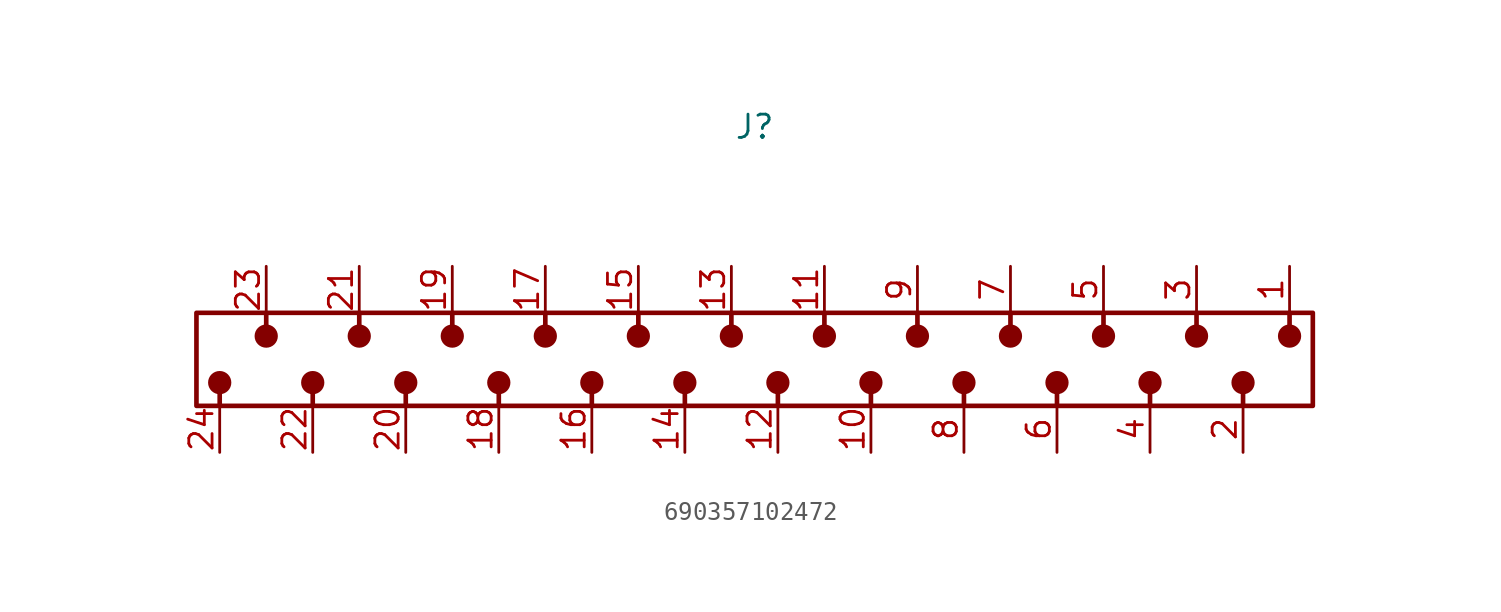
<source format=kicad_sym>
(kicad_symbol_lib
  (version 20241209)
  (generator "kicad_symbol_editor")
  (generator_version "9.0")
  (symbol "690357102472"
    (pin_names
      (hide yes))
    (property "Reference" "J"
      (at 0 12.7 0)
      (effects (font (size 1.27 1.27))))
    (symbol "690357102472_1_1"
      (rectangle (start -30.48 2.54) (end 30.48 -2.54) (stroke (width 0.254) (type solid)) (fill (type none)))
      (circle (center -29.21 -1.27) (radius 0.508) (stroke (width 0.254) (type solid)) (fill (type outline)))
      (polyline (pts (xy -29.21 -1.778) (xy -29.21 -2.54)) (stroke (width 0.254) (type solid)) (fill (type none)))
      (polyline (pts (xy -26.67 1.778) (xy -26.67 2.54)) (stroke (width 0.254) (type solid)) (fill (type none)))
      (circle (center -26.67 1.27) (radius 0.508) (stroke (width 0.254) (type solid)) (fill (type outline)))
      (circle (center -24.13 -1.27) (radius 0.508) (stroke (width 0.254) (type solid)) (fill (type outline)))
      (polyline (pts (xy -24.13 -1.778) (xy -24.13 -2.54)) (stroke (width 0.254) (type solid)) (fill (type none)))
      (polyline (pts (xy -21.59 1.778) (xy -21.59 2.54)) (stroke (width 0.254) (type solid)) (fill (type none)))
      (circle (center -21.59 1.27) (radius 0.508) (stroke (width 0.254) (type solid)) (fill (type outline)))
      (circle (center -19.05 -1.27) (radius 0.508) (stroke (width 0.254) (type solid)) (fill (type outline)))
      (polyline (pts (xy -19.05 -1.778) (xy -19.05 -2.54)) (stroke (width 0.254) (type solid)) (fill (type none)))
      (polyline (pts (xy -16.51 1.778) (xy -16.51 2.54)) (stroke (width 0.254) (type solid)) (fill (type none)))
      (circle (center -16.51 1.27) (radius 0.508) (stroke (width 0.254) (type solid)) (fill (type outline)))
      (circle (center -13.97 -1.27) (radius 0.508) (stroke (width 0.254) (type solid)) (fill (type outline)))
      (polyline (pts (xy -13.97 -1.778) (xy -13.97 -2.54)) (stroke (width 0.254) (type solid)) (fill (type none)))
      (polyline (pts (xy -11.43 1.778) (xy -11.43 2.54)) (stroke (width 0.254) (type solid)) (fill (type none)))
      (circle (center -11.43 1.27) (radius 0.508) (stroke (width 0.254) (type solid)) (fill (type outline)))
      (circle (center -8.89 -1.27) (radius 0.508) (stroke (width 0.254) (type solid)) (fill (type outline)))
      (polyline (pts (xy -8.89 -1.778) (xy -8.89 -2.54)) (stroke (width 0.254) (type solid)) (fill (type none)))
      (polyline (pts (xy -6.35 1.778) (xy -6.35 2.54)) (stroke (width 0.254) (type solid)) (fill (type none)))
      (circle (center -6.35 1.27) (radius 0.508) (stroke (width 0.254) (type solid)) (fill (type outline)))
      (circle (center -3.81 -1.27) (radius 0.508) (stroke (width 0.254) (type solid)) (fill (type outline)))
      (polyline (pts (xy -3.81 -1.778) (xy -3.81 -2.54)) (stroke (width 0.254) (type solid)) (fill (type none)))
      (polyline (pts (xy -1.27 1.778) (xy -1.27 2.54)) (stroke (width 0.254) (type solid)) (fill (type none)))
      (circle (center -1.27 1.27) (radius 0.508) (stroke (width 0.254) (type solid)) (fill (type outline)))
      (circle (center 1.27 -1.27) (radius 0.508) (stroke (width 0.254) (type solid)) (fill (type outline)))
      (polyline (pts (xy 1.27 -1.778) (xy 1.27 -2.54)) (stroke (width 0.254) (type solid)) (fill (type none)))
      (polyline (pts (xy 3.81 1.778) (xy 3.81 2.54)) (stroke (width 0.254) (type solid)) (fill (type none)))
      (circle (center 3.81 1.27) (radius 0.508) (stroke (width 0.254) (type solid)) (fill (type outline)))
      (circle (center 6.35 -1.27) (radius 0.508) (stroke (width 0.254) (type solid)) (fill (type outline)))
      (polyline (pts (xy 6.35 -1.778) (xy 6.35 -2.54)) (stroke (width 0.254) (type solid)) (fill (type none)))
      (polyline (pts (xy 8.89 1.778) (xy 8.89 2.54)) (stroke (width 0.254) (type solid)) (fill (type none)))
      (circle (center 8.89 1.27) (radius 0.508) (stroke (width 0.254) (type solid)) (fill (type outline)))
      (circle (center 11.43 -1.27) (radius 0.508) (stroke (width 0.254) (type solid)) (fill (type outline)))
      (polyline (pts (xy 11.43 -1.778) (xy 11.43 -2.54)) (stroke (width 0.254) (type solid)) (fill (type none)))
      (polyline (pts (xy 13.97 1.778) (xy 13.97 2.54)) (stroke (width 0.254) (type solid)) (fill (type none)))
      (circle (center 13.97 1.27) (radius 0.508) (stroke (width 0.254) (type solid)) (fill (type outline)))
      (circle (center 16.51 -1.27) (radius 0.508) (stroke (width 0.254) (type solid)) (fill (type outline)))
      (polyline (pts (xy 16.51 -1.778) (xy 16.51 -2.54)) (stroke (width 0.254) (type solid)) (fill (type none)))
      (polyline (pts (xy 19.05 1.778) (xy 19.05 2.54)) (stroke (width 0.254) (type solid)) (fill (type none)))
      (circle (center 19.05 1.27) (radius 0.508) (stroke (width 0.254) (type solid)) (fill (type outline)))
      (circle (center 21.59 -1.27) (radius 0.508) (stroke (width 0.254) (type solid)) (fill (type outline)))
      (polyline (pts (xy 21.59 -1.778) (xy 21.59 -2.54)) (stroke (width 0.254) (type solid)) (fill (type none)))
      (polyline (pts (xy 24.13 1.778) (xy 24.13 2.54)) (stroke (width 0.254) (type solid)) (fill (type none)))
      (circle (center 24.13 1.27) (radius 0.508) (stroke (width 0.254) (type solid)) (fill (type outline)))
      (circle (center 26.67 -1.27) (radius 0.508) (stroke (width 0.254) (type solid)) (fill (type outline)))
      (polyline (pts (xy 26.67 -1.778) (xy 26.67 -2.54)) (stroke (width 0.254) (type solid)) (fill (type none)))
      (polyline (pts (xy 29.21 1.778) (xy 29.21 2.54)) (stroke (width 0.254) (type solid)) (fill (type none)))
      (circle (center 29.21 1.27) (radius 0.508) (stroke (width 0.254) (type solid)) (fill (type outline)))
      (pin passive line (at -29.21 -5.08 90) (length 2.54) (name "24" (effects (font (size 1.27 1.27)))) (number "24" (effects (font (size 1.27 1.27)))))
      (pin passive line (at -26.67 5.08 270) (length 2.54) (name "23" (effects (font (size 1.27 1.27)))) (number "23" (effects (font (size 1.27 1.27)))))
      (pin passive line (at -24.13 -5.08 90) (length 2.54) (name "22" (effects (font (size 1.27 1.27)))) (number "22" (effects (font (size 1.27 1.27)))))
      (pin passive line (at -21.59 5.08 270) (length 2.54) (name "21" (effects (font (size 1.27 1.27)))) (number "21" (effects (font (size 1.27 1.27)))))
      (pin passive line (at -19.05 -5.08 90) (length 2.54) (name "20" (effects (font (size 1.27 1.27)))) (number "20" (effects (font (size 1.27 1.27)))))
      (pin passive line (at -16.51 5.08 270) (length 2.54) (name "19" (effects (font (size 1.27 1.27)))) (number "19" (effects (font (size 1.27 1.27)))))
      (pin passive line (at -13.97 -5.08 90) (length 2.54) (name "18" (effects (font (size 1.27 1.27)))) (number "18" (effects (font (size 1.27 1.27)))))
      (pin passive line (at -11.43 5.08 270) (length 2.54) (name "17" (effects (font (size 1.27 1.27)))) (number "17" (effects (font (size 1.27 1.27)))))
      (pin passive line (at -8.89 -5.08 90) (length 2.54) (name "16" (effects (font (size 1.27 1.27)))) (number "16" (effects (font (size 1.27 1.27)))))
      (pin passive line (at -6.35 5.08 270) (length 2.54) (name "15" (effects (font (size 1.27 1.27)))) (number "15" (effects (font (size 1.27 1.27)))))
      (pin passive line (at -3.81 -5.08 90) (length 2.54) (name "14" (effects (font (size 1.27 1.27)))) (number "14" (effects (font (size 1.27 1.27)))))
      (pin passive line (at -1.27 5.08 270) (length 2.54) (name "13" (effects (font (size 1.27 1.27)))) (number "13" (effects (font (size 1.27 1.27)))))
      (pin passive line (at 1.27 -5.08 90) (length 2.54) (name "12" (effects (font (size 1.27 1.27)))) (number "12" (effects (font (size 1.27 1.27)))))
      (pin passive line (at 3.81 5.08 270) (length 2.54) (name "11" (effects (font (size 1.27 1.27)))) (number "11" (effects (font (size 1.27 1.27)))))
      (pin passive line (at 6.35 -5.08 90) (length 2.54) (name "10" (effects (font (size 1.27 1.27)))) (number "10" (effects (font (size 1.27 1.27)))))
      (pin passive line (at 8.89 5.08 270) (length 2.54) (name "9" (effects (font (size 1.27 1.27)))) (number "9" (effects (font (size 1.27 1.27)))))
      (pin passive line (at 11.43 -5.08 90) (length 2.54) (name "8" (effects (font (size 1.27 1.27)))) (number "8" (effects (font (size 1.27 1.27)))))
      (pin passive line (at 13.97 5.08 270) (length 2.54) (name "7" (effects (font (size 1.27 1.27)))) (number "7" (effects (font (size 1.27 1.27)))))
      (pin passive line (at 16.51 -5.08 90) (length 2.54) (name "6" (effects (font (size 1.27 1.27)))) (number "6" (effects (font (size 1.27 1.27)))))
      (pin passive line (at 19.05 5.08 270) (length 2.54) (name "5" (effects (font (size 1.27 1.27)))) (number "5" (effects (font (size 1.27 1.27)))))
      (pin passive line (at 21.59 -5.08 90) (length 2.54) (name "4" (effects (font (size 1.27 1.27)))) (number "4" (effects (font (size 1.27 1.27)))))
      (pin passive line (at 24.13 5.08 270) (length 2.54) (name "3" (effects (font (size 1.27 1.27)))) (number "3" (effects (font (size 1.27 1.27)))))
      (pin passive line (at 26.67 -5.08 90) (length 2.54) (name "2" (effects (font (size 1.27 1.27)))) (number "2" (effects (font (size 1.27 1.27)))))
      (pin passive line (at 29.21 5.08 270) (length 2.54) (name "1" (effects (font (size 1.27 1.27)))) (number "1" (effects (font (size 1.27 1.27))))))))
</source>
